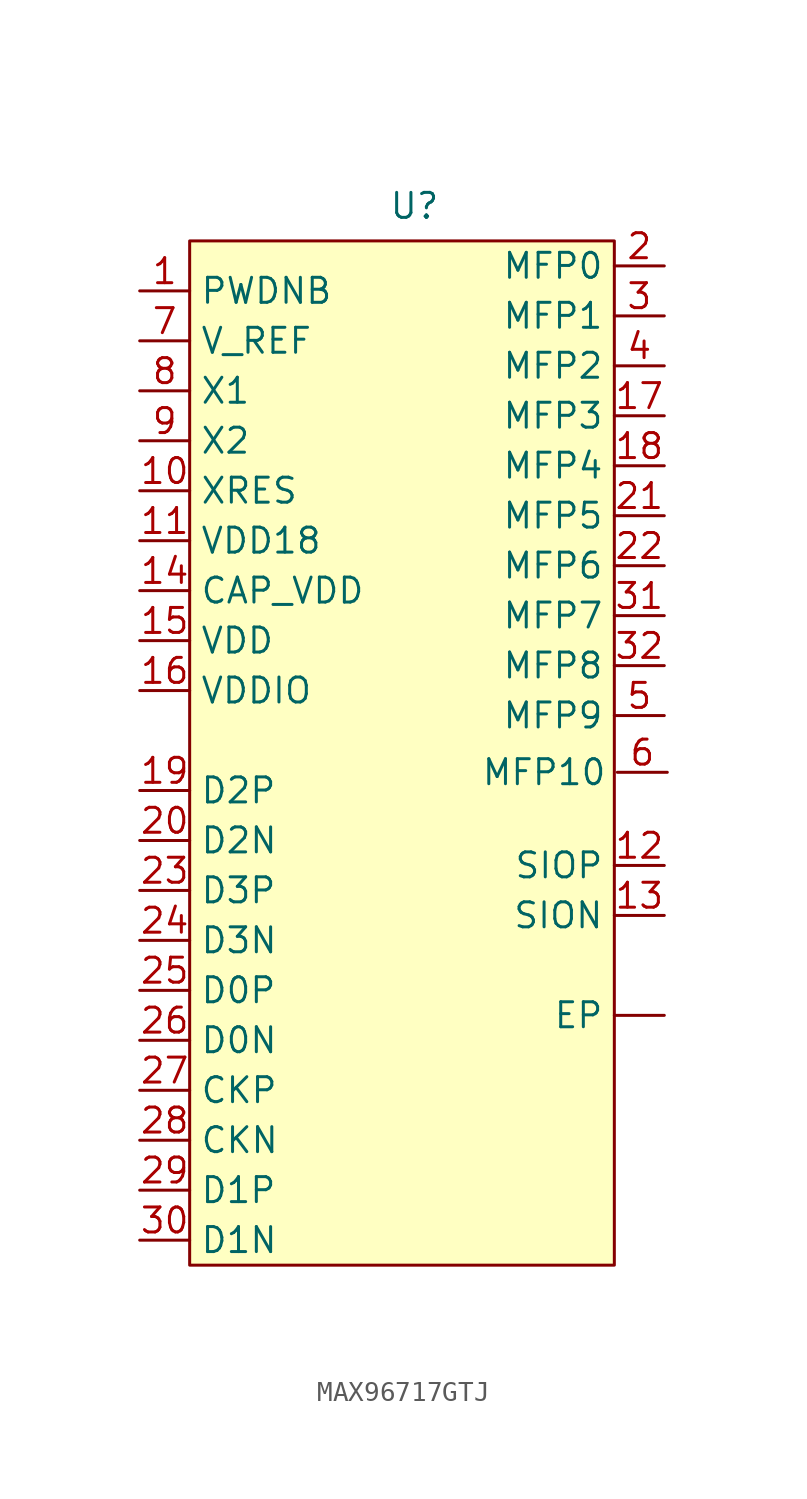
<source format=kicad_sym>
(kicad_symbol_lib
  (version 20231120)
  (generator "kicad_symbol_editor")
  (generator_version "8.0")
  (symbol "MAX96717GTJ"
    (property "Reference" "U"
      (at 0 25.908 0)
      (effects (font (size 1.27 1.27))))
    (property "Value" ""
      (at -4.927 11.086 0)
      (effects (font (size 1.27 1.27))))
    (symbol "MAX96717GTJ_1_1"
      (polyline (pts (xy 10.16 24.13) (xy -11.43 24.13) (xy -11.43 -27.94) (xy 10.16 -27.94) (xy 10.16 24.13)) (stroke (width 0) (type default)) (fill (type background)))
      (pin input line (at 12.7 -15.24 180) (length 2.54) (name "EP" (effects (font (size 1.27 1.27)))) (number "" (effects (font (size 1.27 1.27)))))
      (pin input line (at -13.97 21.59 0) (length 2.54) (name "PWDNB" (effects (font (size 1.27 1.27)))) (number "1" (effects (font (size 1.27 1.27)))))
      (pin input line (at -13.97 11.43 0) (length 2.54) (name "XRES" (effects (font (size 1.27 1.27)))) (number "10" (effects (font (size 1.27 1.27)))))
      (pin input line (at -13.97 8.89 0) (length 2.54) (name "VDD18" (effects (font (size 1.27 1.27)))) (number "11" (effects (font (size 1.27 1.27)))))
      (pin input line (at 12.7 -7.62 180) (length 2.54) (name "SIOP" (effects (font (size 1.27 1.27)))) (number "12" (effects (font (size 1.27 1.27)))))
      (pin input line (at 12.7 -10.16 180) (length 2.54) (name "SION" (effects (font (size 1.27 1.27)))) (number "13" (effects (font (size 1.27 1.27)))))
      (pin input line (at -13.97 6.35 0) (length 2.54) (name "CAP_VDD" (effects (font (size 1.27 1.27)))) (number "14" (effects (font (size 1.27 1.27)))))
      (pin input line (at -13.97 3.81 0) (length 2.54) (name "VDD" (effects (font (size 1.27 1.27)))) (number "15" (effects (font (size 1.27 1.27)))))
      (pin input line (at -13.97 1.27 0) (length 2.54) (name "VDDIO" (effects (font (size 1.27 1.27)))) (number "16" (effects (font (size 1.27 1.27)))))
      (pin input line (at 12.7 15.24 180) (length 2.54) (name "MFP3" (effects (font (size 1.27 1.27)))) (number "17" (effects (font (size 1.27 1.27)))))
      (pin input line (at 12.7 12.7 180) (length 2.54) (name "MFP4" (effects (font (size 1.27 1.27)))) (number "18" (effects (font (size 1.27 1.27)))))
      (pin input line (at -13.97 -3.81 0) (length 2.54) (name "D2P" (effects (font (size 1.27 1.27)))) (number "19" (effects (font (size 1.27 1.27)))))
      (pin input line (at 12.7 22.86 180) (length 2.54) (name "MFP0" (effects (font (size 1.27 1.27)))) (number "2" (effects (font (size 1.27 1.27)))))
      (pin input line (at -13.97 -6.35 0) (length 2.54) (name "D2N" (effects (font (size 1.27 1.27)))) (number "20" (effects (font (size 1.27 1.27)))))
      (pin input line (at 12.7 10.16 180) (length 2.54) (name "MFP5" (effects (font (size 1.27 1.27)))) (number "21" (effects (font (size 1.27 1.27)))))
      (pin input line (at 12.7 7.62 180) (length 2.54) (name "MFP6" (effects (font (size 1.27 1.27)))) (number "22" (effects (font (size 1.27 1.27)))))
      (pin input line (at -13.97 -8.89 0) (length 2.54) (name "D3P" (effects (font (size 1.27 1.27)))) (number "23" (effects (font (size 1.27 1.27)))))
      (pin input line (at -13.97 -11.43 0) (length 2.54) (name "D3N" (effects (font (size 1.27 1.27)))) (number "24" (effects (font (size 1.27 1.27)))))
      (pin input line (at -13.97 -13.97 0) (length 2.54) (name "D0P" (effects (font (size 1.27 1.27)))) (number "25" (effects (font (size 1.27 1.27)))))
      (pin input line (at -13.97 -16.51 0) (length 2.54) (name "D0N" (effects (font (size 1.27 1.27)))) (number "26" (effects (font (size 1.27 1.27)))))
      (pin input line (at -13.97 -19.05 0) (length 2.54) (name "CKP" (effects (font (size 1.27 1.27)))) (number "27" (effects (font (size 1.27 1.27)))))
      (pin input line (at -13.97 -21.59 0) (length 2.54) (name "CKN" (effects (font (size 1.27 1.27)))) (number "28" (effects (font (size 1.27 1.27)))))
      (pin input line (at -13.97 -24.13 0) (length 2.54) (name "D1P" (effects (font (size 1.27 1.27)))) (number "29" (effects (font (size 1.27 1.27)))))
      (pin input line (at 12.7 20.32 180) (length 2.54) (name "MFP1" (effects (font (size 1.27 1.27)))) (number "3" (effects (font (size 1.27 1.27)))))
      (pin input line (at -13.97 -26.67 0) (length 2.54) (name "D1N" (effects (font (size 1.27 1.27)))) (number "30" (effects (font (size 1.27 1.27)))))
      (pin input line (at 12.7 5.08 180) (length 2.54) (name "MFP7" (effects (font (size 1.27 1.27)))) (number "31" (effects (font (size 1.27 1.27)))))
      (pin input line (at 12.7 2.54 180) (length 2.54) (name "MFP8" (effects (font (size 1.27 1.27)))) (number "32" (effects (font (size 1.27 1.27)))))
      (pin input line (at 12.7 17.78 180) (length 2.54) (name "MFP2" (effects (font (size 1.27 1.27)))) (number "4" (effects (font (size 1.27 1.27)))))
      (pin input line (at 12.7 0 180) (length 2.54) (name "MFP9" (effects (font (size 1.27 1.27)))) (number "5" (effects (font (size 1.27 1.27)))))
      (pin input line (at 12.853 -2.884 180) (length 2.54) (name "MFP10" (effects (font (size 1.27 1.27)))) (number "6" (effects (font (size 1.27 1.27)))))
      (pin input line (at -13.97 19.05 0) (length 2.54) (name "V_REF" (effects (font (size 1.27 1.27)))) (number "7" (effects (font (size 1.27 1.27)))))
      (pin input line (at -13.97 16.51 0) (length 2.54) (name "X1" (effects (font (size 1.27 1.27)))) (number "8" (effects (font (size 1.27 1.27)))))
      (pin input line (at -13.97 13.97 0) (length 2.54) (name "X2" (effects (font (size 1.27 1.27)))) (number "9" (effects (font (size 1.27 1.27))))))))
</source>
